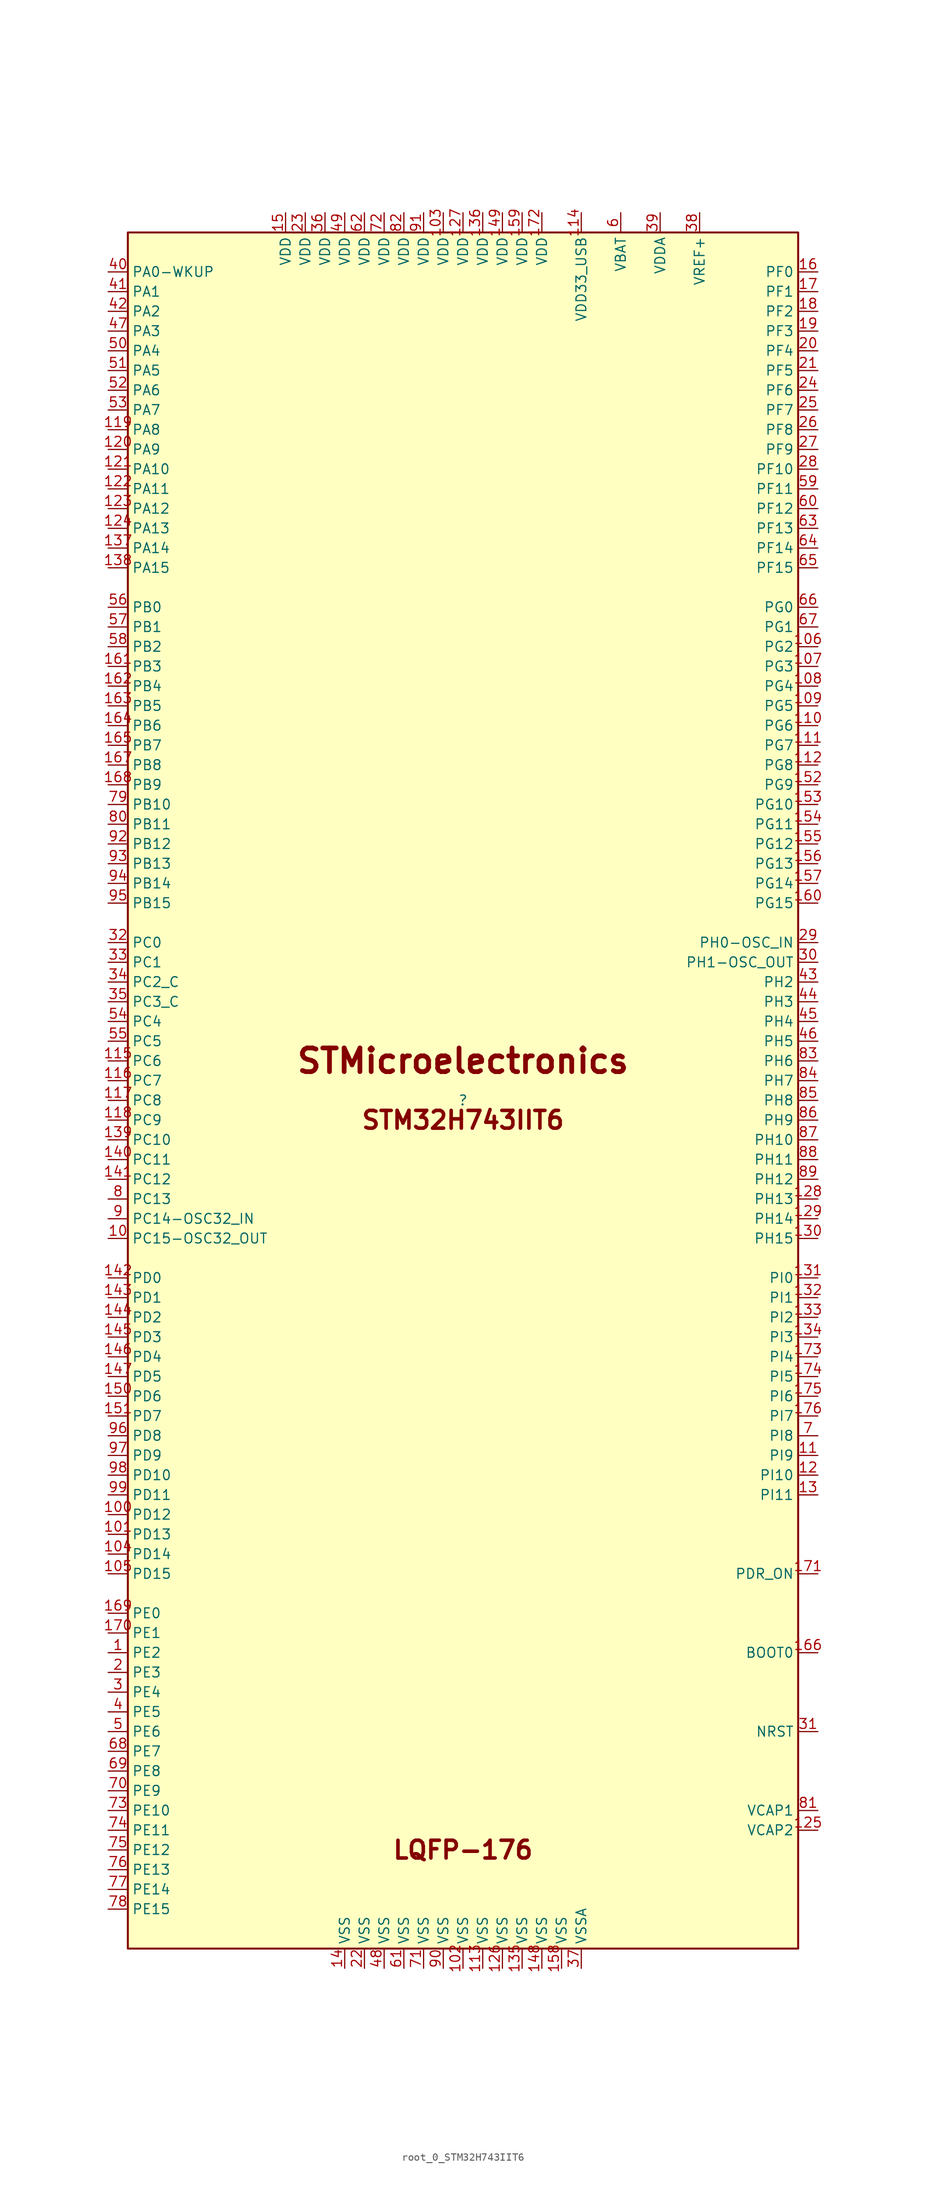
<source format=kicad_sym>
(kicad_symbol_lib
  (version 20231120)
  (generator "kicad_symbol_editor")
  (generator_version "8.0")
  (symbol "root_0_STM32H743IIT6"
    (property "Reference" ""
      (at 0 0 0)
      (effects (font (size 1.27 1.27))))
    (property "Value" ""
      (at 0 0 0)
      (effects (font (size 1.27 1.27))))
    (symbol "root_0_STM32H743IIT6_1_0"
      (rectangle (start 43.18 111.76) (end -43.18 -109.22) (stroke (width 0.254) (type solid) (color 128 0 0 1)) (fill (type background)))
      (text "LQFP-176" (at 0 -96.52 0) (effects (font (size 2.286 2.286) (thickness 0.457) (bold yes))))
      (text "STM32H743IIT6" (at 0 -2.54 0) (effects (font (size 2.286 2.286) (thickness 0.457) (bold yes))))
      (text "STMicroelectronics" (at 0 5.08 0) (effects (font (size 3.048 3.048) (thickness 0.61) (bold yes))))
      (pin bidirectional line (at -45.72 -71.12 0) (length 2.54) (name "PE2" (effects (font (size 1.27 1.27)))) (number "1" (effects (font (size 1.27 1.27)))))
      (pin bidirectional line (at -45.72 -17.78 0) (length 2.54) (name "PC15-OSC32_OUT" (effects (font (size 1.27 1.27)))) (number "10" (effects (font (size 1.27 1.27)))))
      (pin bidirectional line (at -45.72 -53.34 0) (length 2.54) (name "PD12" (effects (font (size 1.27 1.27)))) (number "100" (effects (font (size 1.27 1.27)))))
      (pin bidirectional line (at -45.72 -55.88 0) (length 2.54) (name "PD13" (effects (font (size 1.27 1.27)))) (number "101" (effects (font (size 1.27 1.27)))))
      (pin power_in line (at 0 -111.76 90) (length 2.54) (name "VSS" (effects (font (size 1.27 1.27)))) (number "102" (effects (font (size 1.27 1.27)))))
      (pin power_in line (at -2.54 114.3 270) (length 2.54) (name "VDD" (effects (font (size 1.27 1.27)))) (number "103" (effects (font (size 1.27 1.27)))))
      (pin bidirectional line (at -45.72 -58.42 0) (length 2.54) (name "PD14" (effects (font (size 1.27 1.27)))) (number "104" (effects (font (size 1.27 1.27)))))
      (pin bidirectional line (at -45.72 -60.96 0) (length 2.54) (name "PD15" (effects (font (size 1.27 1.27)))) (number "105" (effects (font (size 1.27 1.27)))))
      (pin bidirectional line (at 45.72 58.42 180) (length 2.54) (name "PG2" (effects (font (size 1.27 1.27)))) (number "106" (effects (font (size 1.27 1.27)))))
      (pin bidirectional line (at 45.72 55.88 180) (length 2.54) (name "PG3" (effects (font (size 1.27 1.27)))) (number "107" (effects (font (size 1.27 1.27)))))
      (pin bidirectional line (at 45.72 53.34 180) (length 2.54) (name "PG4" (effects (font (size 1.27 1.27)))) (number "108" (effects (font (size 1.27 1.27)))))
      (pin bidirectional line (at 45.72 50.8 180) (length 2.54) (name "PG5" (effects (font (size 1.27 1.27)))) (number "109" (effects (font (size 1.27 1.27)))))
      (pin bidirectional line (at 45.72 -45.72 180) (length 2.54) (name "PI9" (effects (font (size 1.27 1.27)))) (number "11" (effects (font (size 1.27 1.27)))))
      (pin bidirectional line (at 45.72 48.26 180) (length 2.54) (name "PG6" (effects (font (size 1.27 1.27)))) (number "110" (effects (font (size 1.27 1.27)))))
      (pin bidirectional line (at 45.72 45.72 180) (length 2.54) (name "PG7" (effects (font (size 1.27 1.27)))) (number "111" (effects (font (size 1.27 1.27)))))
      (pin bidirectional line (at 45.72 43.18 180) (length 2.54) (name "PG8" (effects (font (size 1.27 1.27)))) (number "112" (effects (font (size 1.27 1.27)))))
      (pin power_in line (at 2.54 -111.76 90) (length 2.54) (name "VSS" (effects (font (size 1.27 1.27)))) (number "113" (effects (font (size 1.27 1.27)))))
      (pin power_in line (at 15.24 114.3 270) (length 2.54) (name "VDD33_USB" (effects (font (size 1.27 1.27)))) (number "114" (effects (font (size 1.27 1.27)))))
      (pin bidirectional line (at -45.72 5.08 0) (length 2.54) (name "PC6" (effects (font (size 1.27 1.27)))) (number "115" (effects (font (size 1.27 1.27)))))
      (pin bidirectional line (at -45.72 2.54 0) (length 2.54) (name "PC7" (effects (font (size 1.27 1.27)))) (number "116" (effects (font (size 1.27 1.27)))))
      (pin bidirectional line (at -45.72 0 0) (length 2.54) (name "PC8" (effects (font (size 1.27 1.27)))) (number "117" (effects (font (size 1.27 1.27)))))
      (pin bidirectional line (at -45.72 -2.54 0) (length 2.54) (name "PC9" (effects (font (size 1.27 1.27)))) (number "118" (effects (font (size 1.27 1.27)))))
      (pin bidirectional line (at -45.72 86.36 0) (length 2.54) (name "PA8" (effects (font (size 1.27 1.27)))) (number "119" (effects (font (size 1.27 1.27)))))
      (pin bidirectional line (at 45.72 -48.26 180) (length 2.54) (name "PI10" (effects (font (size 1.27 1.27)))) (number "12" (effects (font (size 1.27 1.27)))))
      (pin bidirectional line (at -45.72 83.82 0) (length 2.54) (name "PA9" (effects (font (size 1.27 1.27)))) (number "120" (effects (font (size 1.27 1.27)))))
      (pin bidirectional line (at -45.72 81.28 0) (length 2.54) (name "PA10" (effects (font (size 1.27 1.27)))) (number "121" (effects (font (size 1.27 1.27)))))
      (pin bidirectional line (at -45.72 78.74 0) (length 2.54) (name "PA11" (effects (font (size 1.27 1.27)))) (number "122" (effects (font (size 1.27 1.27)))))
      (pin bidirectional line (at -45.72 76.2 0) (length 2.54) (name "PA12" (effects (font (size 1.27 1.27)))) (number "123" (effects (font (size 1.27 1.27)))))
      (pin bidirectional line (at -45.72 73.66 0) (length 2.54) (name "PA13" (effects (font (size 1.27 1.27)))) (number "124" (effects (font (size 1.27 1.27)))))
      (pin power_in line (at 45.72 -93.98 180) (length 2.54) (name "VCAP2" (effects (font (size 1.27 1.27)))) (number "125" (effects (font (size 1.27 1.27)))))
      (pin power_in line (at 5.08 -111.76 90) (length 2.54) (name "VSS" (effects (font (size 1.27 1.27)))) (number "126" (effects (font (size 1.27 1.27)))))
      (pin power_in line (at 0 114.3 270) (length 2.54) (name "VDD" (effects (font (size 1.27 1.27)))) (number "127" (effects (font (size 1.27 1.27)))))
      (pin bidirectional line (at 45.72 -12.7 180) (length 2.54) (name "PH13" (effects (font (size 1.27 1.27)))) (number "128" (effects (font (size 1.27 1.27)))))
      (pin bidirectional line (at 45.72 -15.24 180) (length 2.54) (name "PH14" (effects (font (size 1.27 1.27)))) (number "129" (effects (font (size 1.27 1.27)))))
      (pin bidirectional line (at 45.72 -50.8 180) (length 2.54) (name "PI11" (effects (font (size 1.27 1.27)))) (number "13" (effects (font (size 1.27 1.27)))))
      (pin bidirectional line (at 45.72 -17.78 180) (length 2.54) (name "PH15" (effects (font (size 1.27 1.27)))) (number "130" (effects (font (size 1.27 1.27)))))
      (pin bidirectional line (at 45.72 -22.86 180) (length 2.54) (name "PI0" (effects (font (size 1.27 1.27)))) (number "131" (effects (font (size 1.27 1.27)))))
      (pin bidirectional line (at 45.72 -25.4 180) (length 2.54) (name "PI1" (effects (font (size 1.27 1.27)))) (number "132" (effects (font (size 1.27 1.27)))))
      (pin bidirectional line (at 45.72 -27.94 180) (length 2.54) (name "PI2" (effects (font (size 1.27 1.27)))) (number "133" (effects (font (size 1.27 1.27)))))
      (pin bidirectional line (at 45.72 -30.48 180) (length 2.54) (name "PI3" (effects (font (size 1.27 1.27)))) (number "134" (effects (font (size 1.27 1.27)))))
      (pin power_in line (at 7.62 -111.76 90) (length 2.54) (name "VSS" (effects (font (size 1.27 1.27)))) (number "135" (effects (font (size 1.27 1.27)))))
      (pin power_in line (at 2.54 114.3 270) (length 2.54) (name "VDD" (effects (font (size 1.27 1.27)))) (number "136" (effects (font (size 1.27 1.27)))))
      (pin bidirectional line (at -45.72 71.12 0) (length 2.54) (name "PA14" (effects (font (size 1.27 1.27)))) (number "137" (effects (font (size 1.27 1.27)))))
      (pin bidirectional line (at -45.72 68.58 0) (length 2.54) (name "PA15" (effects (font (size 1.27 1.27)))) (number "138" (effects (font (size 1.27 1.27)))))
      (pin bidirectional line (at -45.72 -5.08 0) (length 2.54) (name "PC10" (effects (font (size 1.27 1.27)))) (number "139" (effects (font (size 1.27 1.27)))))
      (pin power_in line (at -15.24 -111.76 90) (length 2.54) (name "VSS" (effects (font (size 1.27 1.27)))) (number "14" (effects (font (size 1.27 1.27)))))
      (pin bidirectional line (at -45.72 -7.62 0) (length 2.54) (name "PC11" (effects (font (size 1.27 1.27)))) (number "140" (effects (font (size 1.27 1.27)))))
      (pin bidirectional line (at -45.72 -10.16 0) (length 2.54) (name "PC12" (effects (font (size 1.27 1.27)))) (number "141" (effects (font (size 1.27 1.27)))))
      (pin bidirectional line (at -45.72 -22.86 0) (length 2.54) (name "PD0" (effects (font (size 1.27 1.27)))) (number "142" (effects (font (size 1.27 1.27)))))
      (pin bidirectional line (at -45.72 -25.4 0) (length 2.54) (name "PD1" (effects (font (size 1.27 1.27)))) (number "143" (effects (font (size 1.27 1.27)))))
      (pin bidirectional line (at -45.72 -27.94 0) (length 2.54) (name "PD2" (effects (font (size 1.27 1.27)))) (number "144" (effects (font (size 1.27 1.27)))))
      (pin bidirectional line (at -45.72 -30.48 0) (length 2.54) (name "PD3" (effects (font (size 1.27 1.27)))) (number "145" (effects (font (size 1.27 1.27)))))
      (pin bidirectional line (at -45.72 -33.02 0) (length 2.54) (name "PD4" (effects (font (size 1.27 1.27)))) (number "146" (effects (font (size 1.27 1.27)))))
      (pin bidirectional line (at -45.72 -35.56 0) (length 2.54) (name "PD5" (effects (font (size 1.27 1.27)))) (number "147" (effects (font (size 1.27 1.27)))))
      (pin power_in line (at 10.16 -111.76 90) (length 2.54) (name "VSS" (effects (font (size 1.27 1.27)))) (number "148" (effects (font (size 1.27 1.27)))))
      (pin power_in line (at 5.08 114.3 270) (length 2.54) (name "VDD" (effects (font (size 1.27 1.27)))) (number "149" (effects (font (size 1.27 1.27)))))
      (pin power_in line (at -22.86 114.3 270) (length 2.54) (name "VDD" (effects (font (size 1.27 1.27)))) (number "15" (effects (font (size 1.27 1.27)))))
      (pin bidirectional line (at -45.72 -38.1 0) (length 2.54) (name "PD6" (effects (font (size 1.27 1.27)))) (number "150" (effects (font (size 1.27 1.27)))))
      (pin bidirectional line (at -45.72 -40.64 0) (length 2.54) (name "PD7" (effects (font (size 1.27 1.27)))) (number "151" (effects (font (size 1.27 1.27)))))
      (pin bidirectional line (at 45.72 40.64 180) (length 2.54) (name "PG9" (effects (font (size 1.27 1.27)))) (number "152" (effects (font (size 1.27 1.27)))))
      (pin bidirectional line (at 45.72 38.1 180) (length 2.54) (name "PG10" (effects (font (size 1.27 1.27)))) (number "153" (effects (font (size 1.27 1.27)))))
      (pin bidirectional line (at 45.72 35.56 180) (length 2.54) (name "PG11" (effects (font (size 1.27 1.27)))) (number "154" (effects (font (size 1.27 1.27)))))
      (pin bidirectional line (at 45.72 33.02 180) (length 2.54) (name "PG12" (effects (font (size 1.27 1.27)))) (number "155" (effects (font (size 1.27 1.27)))))
      (pin bidirectional line (at 45.72 30.48 180) (length 2.54) (name "PG13" (effects (font (size 1.27 1.27)))) (number "156" (effects (font (size 1.27 1.27)))))
      (pin bidirectional line (at 45.72 27.94 180) (length 2.54) (name "PG14" (effects (font (size 1.27 1.27)))) (number "157" (effects (font (size 1.27 1.27)))))
      (pin power_in line (at 12.7 -111.76 90) (length 2.54) (name "VSS" (effects (font (size 1.27 1.27)))) (number "158" (effects (font (size 1.27 1.27)))))
      (pin power_in line (at 7.62 114.3 270) (length 2.54) (name "VDD" (effects (font (size 1.27 1.27)))) (number "159" (effects (font (size 1.27 1.27)))))
      (pin bidirectional line (at 45.72 106.68 180) (length 2.54) (name "PF0" (effects (font (size 1.27 1.27)))) (number "16" (effects (font (size 1.27 1.27)))))
      (pin bidirectional line (at 45.72 25.4 180) (length 2.54) (name "PG15" (effects (font (size 1.27 1.27)))) (number "160" (effects (font (size 1.27 1.27)))))
      (pin bidirectional line (at -45.72 55.88 0) (length 2.54) (name "PB3" (effects (font (size 1.27 1.27)))) (number "161" (effects (font (size 1.27 1.27)))))
      (pin bidirectional line (at -45.72 53.34 0) (length 2.54) (name "PB4" (effects (font (size 1.27 1.27)))) (number "162" (effects (font (size 1.27 1.27)))))
      (pin bidirectional line (at -45.72 50.8 0) (length 2.54) (name "PB5" (effects (font (size 1.27 1.27)))) (number "163" (effects (font (size 1.27 1.27)))))
      (pin bidirectional line (at -45.72 48.26 0) (length 2.54) (name "PB6" (effects (font (size 1.27 1.27)))) (number "164" (effects (font (size 1.27 1.27)))))
      (pin bidirectional line (at -45.72 45.72 0) (length 2.54) (name "PB7" (effects (font (size 1.27 1.27)))) (number "165" (effects (font (size 1.27 1.27)))))
      (pin input line (at 45.72 -71.12 180) (length 2.54) (name "BOOT0" (effects (font (size 1.27 1.27)))) (number "166" (effects (font (size 1.27 1.27)))))
      (pin bidirectional line (at -45.72 43.18 0) (length 2.54) (name "PB8" (effects (font (size 1.27 1.27)))) (number "167" (effects (font (size 1.27 1.27)))))
      (pin bidirectional line (at -45.72 40.64 0) (length 2.54) (name "PB9" (effects (font (size 1.27 1.27)))) (number "168" (effects (font (size 1.27 1.27)))))
      (pin bidirectional line (at -45.72 -66.04 0) (length 2.54) (name "PE0" (effects (font (size 1.27 1.27)))) (number "169" (effects (font (size 1.27 1.27)))))
      (pin bidirectional line (at 45.72 104.14 180) (length 2.54) (name "PF1" (effects (font (size 1.27 1.27)))) (number "17" (effects (font (size 1.27 1.27)))))
      (pin bidirectional line (at -45.72 -68.58 0) (length 2.54) (name "PE1" (effects (font (size 1.27 1.27)))) (number "170" (effects (font (size 1.27 1.27)))))
      (pin input line (at 45.72 -60.96 180) (length 2.54) (name "PDR_ON" (effects (font (size 1.27 1.27)))) (number "171" (effects (font (size 1.27 1.27)))))
      (pin power_in line (at 10.16 114.3 270) (length 2.54) (name "VDD" (effects (font (size 1.27 1.27)))) (number "172" (effects (font (size 1.27 1.27)))))
      (pin bidirectional line (at 45.72 -33.02 180) (length 2.54) (name "PI4" (effects (font (size 1.27 1.27)))) (number "173" (effects (font (size 1.27 1.27)))))
      (pin bidirectional line (at 45.72 -35.56 180) (length 2.54) (name "PI5" (effects (font (size 1.27 1.27)))) (number "174" (effects (font (size 1.27 1.27)))))
      (pin bidirectional line (at 45.72 -38.1 180) (length 2.54) (name "PI6" (effects (font (size 1.27 1.27)))) (number "175" (effects (font (size 1.27 1.27)))))
      (pin bidirectional line (at 45.72 -40.64 180) (length 2.54) (name "PI7" (effects (font (size 1.27 1.27)))) (number "176" (effects (font (size 1.27 1.27)))))
      (pin bidirectional line (at 45.72 101.6 180) (length 2.54) (name "PF2" (effects (font (size 1.27 1.27)))) (number "18" (effects (font (size 1.27 1.27)))))
      (pin bidirectional line (at 45.72 99.06 180) (length 2.54) (name "PF3" (effects (font (size 1.27 1.27)))) (number "19" (effects (font (size 1.27 1.27)))))
      (pin bidirectional line (at -45.72 -73.66 0) (length 2.54) (name "PE3" (effects (font (size 1.27 1.27)))) (number "2" (effects (font (size 1.27 1.27)))))
      (pin bidirectional line (at 45.72 96.52 180) (length 2.54) (name "PF4" (effects (font (size 1.27 1.27)))) (number "20" (effects (font (size 1.27 1.27)))))
      (pin bidirectional line (at 45.72 93.98 180) (length 2.54) (name "PF5" (effects (font (size 1.27 1.27)))) (number "21" (effects (font (size 1.27 1.27)))))
      (pin power_in line (at -12.7 -111.76 90) (length 2.54) (name "VSS" (effects (font (size 1.27 1.27)))) (number "22" (effects (font (size 1.27 1.27)))))
      (pin power_in line (at -20.32 114.3 270) (length 2.54) (name "VDD" (effects (font (size 1.27 1.27)))) (number "23" (effects (font (size 1.27 1.27)))))
      (pin bidirectional line (at 45.72 91.44 180) (length 2.54) (name "PF6" (effects (font (size 1.27 1.27)))) (number "24" (effects (font (size 1.27 1.27)))))
      (pin bidirectional line (at 45.72 88.9 180) (length 2.54) (name "PF7" (effects (font (size 1.27 1.27)))) (number "25" (effects (font (size 1.27 1.27)))))
      (pin bidirectional line (at 45.72 86.36 180) (length 2.54) (name "PF8" (effects (font (size 1.27 1.27)))) (number "26" (effects (font (size 1.27 1.27)))))
      (pin bidirectional line (at 45.72 83.82 180) (length 2.54) (name "PF9" (effects (font (size 1.27 1.27)))) (number "27" (effects (font (size 1.27 1.27)))))
      (pin bidirectional line (at 45.72 81.28 180) (length 2.54) (name "PF10" (effects (font (size 1.27 1.27)))) (number "28" (effects (font (size 1.27 1.27)))))
      (pin bidirectional line (at 45.72 20.32 180) (length 2.54) (name "PH0-OSC_IN" (effects (font (size 1.27 1.27)))) (number "29" (effects (font (size 1.27 1.27)))))
      (pin bidirectional line (at -45.72 -76.2 0) (length 2.54) (name "PE4" (effects (font (size 1.27 1.27)))) (number "3" (effects (font (size 1.27 1.27)))))
      (pin bidirectional line (at 45.72 17.78 180) (length 2.54) (name "PH1-OSC_OUT" (effects (font (size 1.27 1.27)))) (number "30" (effects (font (size 1.27 1.27)))))
      (pin input line (at 45.72 -81.28 180) (length 2.54) (name "NRST" (effects (font (size 1.27 1.27)))) (number "31" (effects (font (size 1.27 1.27)))))
      (pin bidirectional line (at -45.72 20.32 0) (length 2.54) (name "PC0" (effects (font (size 1.27 1.27)))) (number "32" (effects (font (size 1.27 1.27)))))
      (pin bidirectional line (at -45.72 17.78 0) (length 2.54) (name "PC1" (effects (font (size 1.27 1.27)))) (number "33" (effects (font (size 1.27 1.27)))))
      (pin bidirectional line (at -45.72 15.24 0) (length 2.54) (name "PC2_C" (effects (font (size 1.27 1.27)))) (number "34" (effects (font (size 1.27 1.27)))))
      (pin bidirectional line (at -45.72 12.7 0) (length 2.54) (name "PC3_C" (effects (font (size 1.27 1.27)))) (number "35" (effects (font (size 1.27 1.27)))))
      (pin power_in line (at -17.78 114.3 270) (length 2.54) (name "VDD" (effects (font (size 1.27 1.27)))) (number "36" (effects (font (size 1.27 1.27)))))
      (pin power_in line (at 15.24 -111.76 90) (length 2.54) (name "VSSA" (effects (font (size 1.27 1.27)))) (number "37" (effects (font (size 1.27 1.27)))))
      (pin passive line (at 30.48 114.3 270) (length 2.54) (name "VREF+" (effects (font (size 1.27 1.27)))) (number "38" (effects (font (size 1.27 1.27)))))
      (pin power_in line (at 25.4 114.3 270) (length 2.54) (name "VDDA" (effects (font (size 1.27 1.27)))) (number "39" (effects (font (size 1.27 1.27)))))
      (pin bidirectional line (at -45.72 -78.74 0) (length 2.54) (name "PE5" (effects (font (size 1.27 1.27)))) (number "4" (effects (font (size 1.27 1.27)))))
      (pin bidirectional line (at -45.72 106.68 0) (length 2.54) (name "PA0-WKUP" (effects (font (size 1.27 1.27)))) (number "40" (effects (font (size 1.27 1.27)))))
      (pin bidirectional line (at -45.72 104.14 0) (length 2.54) (name "PA1" (effects (font (size 1.27 1.27)))) (number "41" (effects (font (size 1.27 1.27)))))
      (pin bidirectional line (at -45.72 101.6 0) (length 2.54) (name "PA2" (effects (font (size 1.27 1.27)))) (number "42" (effects (font (size 1.27 1.27)))))
      (pin bidirectional line (at 45.72 15.24 180) (length 2.54) (name "PH2" (effects (font (size 1.27 1.27)))) (number "43" (effects (font (size 1.27 1.27)))))
      (pin bidirectional line (at 45.72 12.7 180) (length 2.54) (name "PH3" (effects (font (size 1.27 1.27)))) (number "44" (effects (font (size 1.27 1.27)))))
      (pin bidirectional line (at 45.72 10.16 180) (length 2.54) (name "PH4" (effects (font (size 1.27 1.27)))) (number "45" (effects (font (size 1.27 1.27)))))
      (pin bidirectional line (at 45.72 7.62 180) (length 2.54) (name "PH5" (effects (font (size 1.27 1.27)))) (number "46" (effects (font (size 1.27 1.27)))))
      (pin bidirectional line (at -45.72 99.06 0) (length 2.54) (name "PA3" (effects (font (size 1.27 1.27)))) (number "47" (effects (font (size 1.27 1.27)))))
      (pin power_in line (at -10.16 -111.76 90) (length 2.54) (name "VSS" (effects (font (size 1.27 1.27)))) (number "48" (effects (font (size 1.27 1.27)))))
      (pin power_in line (at -15.24 114.3 270) (length 2.54) (name "VDD" (effects (font (size 1.27 1.27)))) (number "49" (effects (font (size 1.27 1.27)))))
      (pin bidirectional line (at -45.72 -81.28 0) (length 2.54) (name "PE6" (effects (font (size 1.27 1.27)))) (number "5" (effects (font (size 1.27 1.27)))))
      (pin bidirectional line (at -45.72 96.52 0) (length 2.54) (name "PA4" (effects (font (size 1.27 1.27)))) (number "50" (effects (font (size 1.27 1.27)))))
      (pin bidirectional line (at -45.72 93.98 0) (length 2.54) (name "PA5" (effects (font (size 1.27 1.27)))) (number "51" (effects (font (size 1.27 1.27)))))
      (pin bidirectional line (at -45.72 91.44 0) (length 2.54) (name "PA6" (effects (font (size 1.27 1.27)))) (number "52" (effects (font (size 1.27 1.27)))))
      (pin bidirectional line (at -45.72 88.9 0) (length 2.54) (name "PA7" (effects (font (size 1.27 1.27)))) (number "53" (effects (font (size 1.27 1.27)))))
      (pin bidirectional line (at -45.72 10.16 0) (length 2.54) (name "PC4" (effects (font (size 1.27 1.27)))) (number "54" (effects (font (size 1.27 1.27)))))
      (pin bidirectional line (at -45.72 7.62 0) (length 2.54) (name "PC5" (effects (font (size 1.27 1.27)))) (number "55" (effects (font (size 1.27 1.27)))))
      (pin bidirectional line (at -45.72 63.5 0) (length 2.54) (name "PB0" (effects (font (size 1.27 1.27)))) (number "56" (effects (font (size 1.27 1.27)))))
      (pin bidirectional line (at -45.72 60.96 0) (length 2.54) (name "PB1" (effects (font (size 1.27 1.27)))) (number "57" (effects (font (size 1.27 1.27)))))
      (pin bidirectional line (at -45.72 58.42 0) (length 2.54) (name "PB2" (effects (font (size 1.27 1.27)))) (number "58" (effects (font (size 1.27 1.27)))))
      (pin bidirectional line (at 45.72 78.74 180) (length 2.54) (name "PF11" (effects (font (size 1.27 1.27)))) (number "59" (effects (font (size 1.27 1.27)))))
      (pin power_in line (at 20.32 114.3 270) (length 2.54) (name "VBAT" (effects (font (size 1.27 1.27)))) (number "6" (effects (font (size 1.27 1.27)))))
      (pin bidirectional line (at 45.72 76.2 180) (length 2.54) (name "PF12" (effects (font (size 1.27 1.27)))) (number "60" (effects (font (size 1.27 1.27)))))
      (pin power_in line (at -7.62 -111.76 90) (length 2.54) (name "VSS" (effects (font (size 1.27 1.27)))) (number "61" (effects (font (size 1.27 1.27)))))
      (pin power_in line (at -12.7 114.3 270) (length 2.54) (name "VDD" (effects (font (size 1.27 1.27)))) (number "62" (effects (font (size 1.27 1.27)))))
      (pin bidirectional line (at 45.72 73.66 180) (length 2.54) (name "PF13" (effects (font (size 1.27 1.27)))) (number "63" (effects (font (size 1.27 1.27)))))
      (pin bidirectional line (at 45.72 71.12 180) (length 2.54) (name "PF14" (effects (font (size 1.27 1.27)))) (number "64" (effects (font (size 1.27 1.27)))))
      (pin bidirectional line (at 45.72 68.58 180) (length 2.54) (name "PF15" (effects (font (size 1.27 1.27)))) (number "65" (effects (font (size 1.27 1.27)))))
      (pin bidirectional line (at 45.72 63.5 180) (length 2.54) (name "PG0" (effects (font (size 1.27 1.27)))) (number "66" (effects (font (size 1.27 1.27)))))
      (pin bidirectional line (at 45.72 60.96 180) (length 2.54) (name "PG1" (effects (font (size 1.27 1.27)))) (number "67" (effects (font (size 1.27 1.27)))))
      (pin bidirectional line (at -45.72 -83.82 0) (length 2.54) (name "PE7" (effects (font (size 1.27 1.27)))) (number "68" (effects (font (size 1.27 1.27)))))
      (pin bidirectional line (at -45.72 -86.36 0) (length 2.54) (name "PE8" (effects (font (size 1.27 1.27)))) (number "69" (effects (font (size 1.27 1.27)))))
      (pin bidirectional line (at 45.72 -43.18 180) (length 2.54) (name "PI8" (effects (font (size 1.27 1.27)))) (number "7" (effects (font (size 1.27 1.27)))))
      (pin bidirectional line (at -45.72 -88.9 0) (length 2.54) (name "PE9" (effects (font (size 1.27 1.27)))) (number "70" (effects (font (size 1.27 1.27)))))
      (pin power_in line (at -5.08 -111.76 90) (length 2.54) (name "VSS" (effects (font (size 1.27 1.27)))) (number "71" (effects (font (size 1.27 1.27)))))
      (pin power_in line (at -10.16 114.3 270) (length 2.54) (name "VDD" (effects (font (size 1.27 1.27)))) (number "72" (effects (font (size 1.27 1.27)))))
      (pin bidirectional line (at -45.72 -91.44 0) (length 2.54) (name "PE10" (effects (font (size 1.27 1.27)))) (number "73" (effects (font (size 1.27 1.27)))))
      (pin bidirectional line (at -45.72 -93.98 0) (length 2.54) (name "PE11" (effects (font (size 1.27 1.27)))) (number "74" (effects (font (size 1.27 1.27)))))
      (pin bidirectional line (at -45.72 -96.52 0) (length 2.54) (name "PE12" (effects (font (size 1.27 1.27)))) (number "75" (effects (font (size 1.27 1.27)))))
      (pin bidirectional line (at -45.72 -99.06 0) (length 2.54) (name "PE13" (effects (font (size 1.27 1.27)))) (number "76" (effects (font (size 1.27 1.27)))))
      (pin bidirectional line (at -45.72 -101.6 0) (length 2.54) (name "PE14" (effects (font (size 1.27 1.27)))) (number "77" (effects (font (size 1.27 1.27)))))
      (pin bidirectional line (at -45.72 -104.14 0) (length 2.54) (name "PE15" (effects (font (size 1.27 1.27)))) (number "78" (effects (font (size 1.27 1.27)))))
      (pin bidirectional line (at -45.72 38.1 0) (length 2.54) (name "PB10" (effects (font (size 1.27 1.27)))) (number "79" (effects (font (size 1.27 1.27)))))
      (pin bidirectional line (at -45.72 -12.7 0) (length 2.54) (name "PC13" (effects (font (size 1.27 1.27)))) (number "8" (effects (font (size 1.27 1.27)))))
      (pin bidirectional line (at -45.72 35.56 0) (length 2.54) (name "PB11" (effects (font (size 1.27 1.27)))) (number "80" (effects (font (size 1.27 1.27)))))
      (pin power_in line (at 45.72 -91.44 180) (length 2.54) (name "VCAP1" (effects (font (size 1.27 1.27)))) (number "81" (effects (font (size 1.27 1.27)))))
      (pin power_in line (at -7.62 114.3 270) (length 2.54) (name "VDD" (effects (font (size 1.27 1.27)))) (number "82" (effects (font (size 1.27 1.27)))))
      (pin bidirectional line (at 45.72 5.08 180) (length 2.54) (name "PH6" (effects (font (size 1.27 1.27)))) (number "83" (effects (font (size 1.27 1.27)))))
      (pin bidirectional line (at 45.72 2.54 180) (length 2.54) (name "PH7" (effects (font (size 1.27 1.27)))) (number "84" (effects (font (size 1.27 1.27)))))
      (pin bidirectional line (at 45.72 0 180) (length 2.54) (name "PH8" (effects (font (size 1.27 1.27)))) (number "85" (effects (font (size 1.27 1.27)))))
      (pin bidirectional line (at 45.72 -2.54 180) (length 2.54) (name "PH9" (effects (font (size 1.27 1.27)))) (number "86" (effects (font (size 1.27 1.27)))))
      (pin bidirectional line (at 45.72 -5.08 180) (length 2.54) (name "PH10" (effects (font (size 1.27 1.27)))) (number "87" (effects (font (size 1.27 1.27)))))
      (pin bidirectional line (at 45.72 -7.62 180) (length 2.54) (name "PH11" (effects (font (size 1.27 1.27)))) (number "88" (effects (font (size 1.27 1.27)))))
      (pin bidirectional line (at 45.72 -10.16 180) (length 2.54) (name "PH12" (effects (font (size 1.27 1.27)))) (number "89" (effects (font (size 1.27 1.27)))))
      (pin bidirectional line (at -45.72 -15.24 0) (length 2.54) (name "PC14-OSC32_IN" (effects (font (size 1.27 1.27)))) (number "9" (effects (font (size 1.27 1.27)))))
      (pin power_in line (at -2.54 -111.76 90) (length 2.54) (name "VSS" (effects (font (size 1.27 1.27)))) (number "90" (effects (font (size 1.27 1.27)))))
      (pin power_in line (at -5.08 114.3 270) (length 2.54) (name "VDD" (effects (font (size 1.27 1.27)))) (number "91" (effects (font (size 1.27 1.27)))))
      (pin bidirectional line (at -45.72 33.02 0) (length 2.54) (name "PB12" (effects (font (size 1.27 1.27)))) (number "92" (effects (font (size 1.27 1.27)))))
      (pin bidirectional line (at -45.72 30.48 0) (length 2.54) (name "PB13" (effects (font (size 1.27 1.27)))) (number "93" (effects (font (size 1.27 1.27)))))
      (pin bidirectional line (at -45.72 27.94 0) (length 2.54) (name "PB14" (effects (font (size 1.27 1.27)))) (number "94" (effects (font (size 1.27 1.27)))))
      (pin bidirectional line (at -45.72 25.4 0) (length 2.54) (name "PB15" (effects (font (size 1.27 1.27)))) (number "95" (effects (font (size 1.27 1.27)))))
      (pin bidirectional line (at -45.72 -43.18 0) (length 2.54) (name "PD8" (effects (font (size 1.27 1.27)))) (number "96" (effects (font (size 1.27 1.27)))))
      (pin bidirectional line (at -45.72 -45.72 0) (length 2.54) (name "PD9" (effects (font (size 1.27 1.27)))) (number "97" (effects (font (size 1.27 1.27)))))
      (pin bidirectional line (at -45.72 -48.26 0) (length 2.54) (name "PD10" (effects (font (size 1.27 1.27)))) (number "98" (effects (font (size 1.27 1.27)))))
      (pin bidirectional line (at -45.72 -50.8 0) (length 2.54) (name "PD11" (effects (font (size 1.27 1.27)))) (number "99" (effects (font (size 1.27 1.27))))))))
</source>
